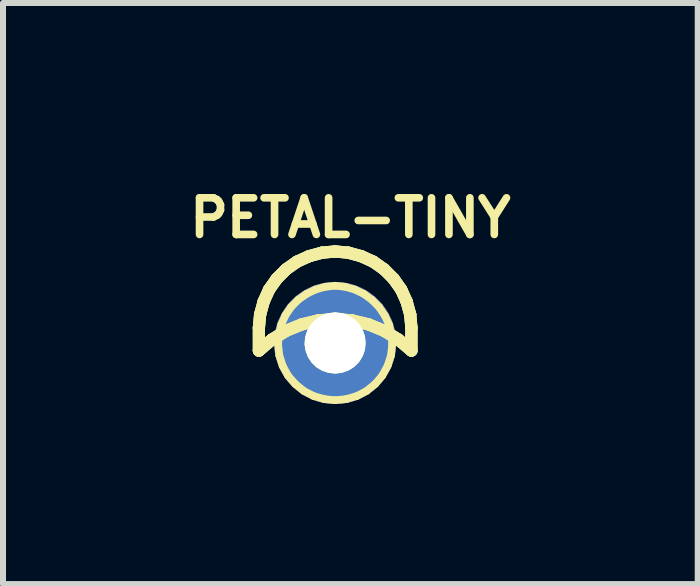
<source format=kicad_pcb>
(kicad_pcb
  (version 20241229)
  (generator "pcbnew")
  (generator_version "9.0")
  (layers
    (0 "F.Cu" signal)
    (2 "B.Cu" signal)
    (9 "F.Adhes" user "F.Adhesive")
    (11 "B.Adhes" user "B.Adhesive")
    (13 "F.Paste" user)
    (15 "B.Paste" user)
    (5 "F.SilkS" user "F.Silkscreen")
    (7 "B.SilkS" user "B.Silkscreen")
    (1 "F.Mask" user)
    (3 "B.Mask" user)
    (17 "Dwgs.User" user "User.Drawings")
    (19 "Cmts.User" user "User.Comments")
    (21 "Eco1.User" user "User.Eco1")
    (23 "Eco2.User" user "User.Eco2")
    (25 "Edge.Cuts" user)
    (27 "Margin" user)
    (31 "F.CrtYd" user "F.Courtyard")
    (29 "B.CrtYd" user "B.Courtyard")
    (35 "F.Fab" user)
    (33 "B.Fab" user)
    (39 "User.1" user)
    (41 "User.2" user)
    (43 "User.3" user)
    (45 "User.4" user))
  (footprint "PETAL-TINY"
    (layer "F.Cu")
    (at 2.532 2.662)
    (property "Reference" "PETAL-TINY" (at 0.254 -2.083 0) (layer "F.SilkS") (effects (font (size 0.61 0.61) (thickness 0.127))))
    (attr exclude_from_pos_files exclude_from_bom)
    (fp_line (start -1.27 -0.254) (end -1.25 -0.472) (stroke (width 0.203) (type solid)) (layer "B.Cu"))
    (fp_line (start -1.27 0.127) (end -1.27 -0.254) (stroke (width 0.203) (type solid)) (layer "B.Cu"))
    (fp_line (start -1.25 -0.472) (end -1.191 -0.688) (stroke (width 0.203) (type solid)) (layer "B.Cu"))
    (fp_line (start -1.191 -0.688) (end -1.1 -0.889) (stroke (width 0.203) (type solid)) (layer "B.Cu"))
    (fp_line (start -1.1 -0.889) (end -0.973 -1.069) (stroke (width 0.203) (type solid)) (layer "B.Cu"))
    (fp_line (start -1.054 -0.056) (end -1.27 0.127) (stroke (width 0.203) (type solid)) (layer "B.Cu"))
    (fp_line (start -0.973 -1.069) (end -0.815 -1.227) (stroke (width 0.203) (type solid)) (layer "B.Cu"))
    (fp_line (start -0.815 -1.227) (end -0.635 -1.354) (stroke (width 0.203) (type solid)) (layer "B.Cu"))
    (fp_line (start -0.815 -0.203) (end -1.054 -0.056) (stroke (width 0.203) (type solid)) (layer "B.Cu"))
    (fp_line (start -0.635 -1.354) (end -0.434 -1.445) (stroke (width 0.203) (type solid)) (layer "B.Cu"))
    (fp_line (start -0.554 -0.31) (end -0.815 -0.203) (stroke (width 0.203) (type solid)) (layer "B.Cu"))
    (fp_line (start -0.434 -1.445) (end -0.218 -1.504) (stroke (width 0.203) (type solid)) (layer "B.Cu"))
    (fp_line (start -0.279 -0.376) (end -0.554 -0.31) (stroke (width 0.203) (type solid)) (layer "B.Cu"))
    (fp_line (start -0.218 -1.504) (end 0 -1.524) (stroke (width 0.203) (type solid)) (layer "B.Cu"))
    (fp_line (start 0 -1.524) (end 0.218 -1.504) (stroke (width 0.203) (type solid)) (layer "B.Cu"))
    (fp_line (start 0 -0.399) (end -0.279 -0.376) (stroke (width 0.203) (type solid)) (layer "B.Cu"))
    (fp_line (start 0.218 -1.504) (end 0.434 -1.445) (stroke (width 0.203) (type solid)) (layer "B.Cu"))
    (fp_line (start 0.279 -0.376) (end 0 -0.399) (stroke (width 0.203) (type solid)) (layer "B.Cu"))
    (fp_line (start 0.434 -1.445) (end 0.635 -1.354) (stroke (width 0.203) (type solid)) (layer "B.Cu"))
    (fp_line (start 0.554 -0.31) (end 0.279 -0.376) (stroke (width 0.203) (type solid)) (layer "B.Cu"))
    (fp_line (start 0.635 -1.354) (end 0.815 -1.227) (stroke (width 0.203) (type solid)) (layer "B.Cu"))
    (fp_line (start 0.815 -1.227) (end 0.973 -1.069) (stroke (width 0.203) (type solid)) (layer "B.Cu"))
    (fp_line (start 0.815 -0.203) (end 0.554 -0.31) (stroke (width 0.203) (type solid)) (layer "B.Cu"))
    (fp_line (start 0.973 -1.069) (end 1.1 -0.889) (stroke (width 0.203) (type solid)) (layer "B.Cu"))
    (fp_line (start 1.054 -0.056) (end 0.815 -0.203) (stroke (width 0.203) (type solid)) (layer "B.Cu"))
    (fp_line (start 1.1 -0.889) (end 1.191 -0.688) (stroke (width 0.203) (type solid)) (layer "B.Cu"))
    (fp_line (start 1.191 -0.688) (end 1.25 -0.472) (stroke (width 0.203) (type solid)) (layer "B.Cu"))
    (fp_line (start 1.25 -0.472) (end 1.27 -0.254) (stroke (width 0.203) (type solid)) (layer "B.Cu"))
    (fp_line (start 1.27 -0.254) (end 1.27 0.127) (stroke (width 0.203) (type solid)) (layer "B.Cu"))
    (fp_line (start 1.27 0.127) (end 1.054 -0.056) (stroke (width 0.203) (type solid)) (layer "B.Cu"))
    (fp_line (start -1.27 -0.254) (end -1.27 0.127) (stroke (width 0.203) (type solid)) (layer "F.SilkS"))
    (fp_line (start -1.27 -0.254) (end -1.25 -0.472) (stroke (width 0.203) (type solid)) (layer "F.SilkS"))
    (fp_line (start -1.27 0.127) (end -1.27 -0.254) (stroke (width 0.203) (type solid)) (layer "F.SilkS"))
    (fp_line (start -1.27 0.127) (end -1.054 -0.056) (stroke (width 0.203) (type solid)) (layer "F.SilkS"))
    (fp_line (start -1.25 -0.472) (end -1.27 -0.254) (stroke (width 0.203) (type solid)) (layer "F.SilkS"))
    (fp_line (start -1.25 -0.472) (end -1.191 -0.688) (stroke (width 0.203) (type solid)) (layer "F.SilkS"))
    (fp_line (start -1.191 -0.688) (end -1.25 -0.472) (stroke (width 0.203) (type solid)) (layer "F.SilkS"))
    (fp_line (start -1.191 -0.688) (end -1.1 -0.889) (stroke (width 0.203) (type solid)) (layer "F.SilkS"))
    (fp_line (start -1.1 -0.889) (end -1.191 -0.688) (stroke (width 0.203) (type solid)) (layer "F.SilkS"))
    (fp_line (start -1.1 -0.889) (end -0.973 -1.069) (stroke (width 0.203) (type solid)) (layer "F.SilkS"))
    (fp_line (start -1.054 -0.056) (end -1.27 0.127) (stroke (width 0.203) (type solid)) (layer "F.SilkS"))
    (fp_line (start -1.054 -0.056) (end -0.815 -0.203) (stroke (width 0.203) (type solid)) (layer "F.SilkS"))
    (fp_line (start -0.973 -1.069) (end -1.1 -0.889) (stroke (width 0.203) (type solid)) (layer "F.SilkS"))
    (fp_line (start -0.973 -1.069) (end -0.815 -1.227) (stroke (width 0.203) (type solid)) (layer "F.SilkS"))
    (fp_line (start -0.95 0.02) (end -0.937 -0.142) (stroke (width 0.127) (type solid)) (layer "F.SilkS"))
    (fp_line (start -0.937 -0.142) (end -0.897 -0.307) (stroke (width 0.127) (type solid)) (layer "F.SilkS"))
    (fp_line (start -0.93 0.206) (end -0.95 0.02) (stroke (width 0.127) (type solid)) (layer "F.SilkS"))
    (fp_line (start -0.897 -0.307) (end -0.828 -0.46) (stroke (width 0.127) (type solid)) (layer "F.SilkS"))
    (fp_line (start -0.874 0.381) (end -0.93 0.206) (stroke (width 0.127) (type solid)) (layer "F.SilkS"))
    (fp_line (start -0.828 -0.46) (end -0.734 -0.599) (stroke (width 0.127) (type solid)) (layer "F.SilkS"))
    (fp_line (start -0.815 -1.227) (end -0.973 -1.069) (stroke (width 0.203) (type solid)) (layer "F.SilkS"))
    (fp_line (start -0.815 -1.227) (end -0.635 -1.354) (stroke (width 0.203) (type solid)) (layer "F.SilkS"))
    (fp_line (start -0.815 -0.203) (end -1.054 -0.056) (stroke (width 0.203) (type solid)) (layer "F.SilkS"))
    (fp_line (start -0.815 -0.203) (end -0.554 -0.31) (stroke (width 0.203) (type solid)) (layer "F.SilkS"))
    (fp_line (start -0.785 0.544) (end -0.874 0.381) (stroke (width 0.127) (type solid)) (layer "F.SilkS"))
    (fp_line (start -0.734 -0.599) (end -0.615 -0.719) (stroke (width 0.127) (type solid)) (layer "F.SilkS"))
    (fp_line (start -0.665 0.683) (end -0.785 0.544) (stroke (width 0.127) (type solid)) (layer "F.SilkS"))
    (fp_line (start -0.635 -1.354) (end -0.815 -1.227) (stroke (width 0.203) (type solid)) (layer "F.SilkS"))
    (fp_line (start -0.635 -1.354) (end -0.434 -1.445) (stroke (width 0.203) (type solid)) (layer "F.SilkS"))
    (fp_line (start -0.615 -0.719) (end -0.48 -0.815) (stroke (width 0.127) (type solid)) (layer "F.SilkS"))
    (fp_line (start -0.554 -0.31) (end -0.815 -0.203) (stroke (width 0.203) (type solid)) (layer "F.SilkS"))
    (fp_line (start -0.554 -0.31) (end -0.279 -0.376) (stroke (width 0.203) (type solid)) (layer "F.SilkS"))
    (fp_line (start -0.521 0.8) (end -0.665 0.683) (stroke (width 0.127) (type solid)) (layer "F.SilkS"))
    (fp_line (start -0.48 -0.815) (end -0.328 -0.889) (stroke (width 0.127) (type solid)) (layer "F.SilkS"))
    (fp_line (start -0.445 0.018) (end -0.434 -0.081) (stroke (width 0.127) (type solid)) (layer "F.SilkS"))
    (fp_line (start -0.434 -1.445) (end -0.635 -1.354) (stroke (width 0.203) (type solid)) (layer "F.SilkS"))
    (fp_line (start -0.434 -1.445) (end -0.218 -1.504) (stroke (width 0.203) (type solid)) (layer "F.SilkS"))
    (fp_line (start -0.434 -0.081) (end -0.404 -0.178) (stroke (width 0.127) (type solid)) (layer "F.SilkS"))
    (fp_line (start -0.429 0.114) (end -0.445 0.018) (stroke (width 0.127) (type solid)) (layer "F.SilkS"))
    (fp_line (start -0.404 -0.178) (end -0.351 -0.264) (stroke (width 0.127) (type solid)) (layer "F.SilkS"))
    (fp_line (start -0.396 0.206) (end -0.429 0.114) (stroke (width 0.127) (type solid)) (layer "F.SilkS"))
    (fp_line (start -0.358 0.884) (end -0.521 0.8) (stroke (width 0.127) (type solid)) (layer "F.SilkS"))
    (fp_line (start -0.351 -0.264) (end -0.279 -0.34) (stroke (width 0.127) (type solid)) (layer "F.SilkS"))
    (fp_line (start -0.343 0.287) (end -0.396 0.206) (stroke (width 0.127) (type solid)) (layer "F.SilkS"))
    (fp_line (start -0.328 -0.889) (end -0.165 -0.935) (stroke (width 0.127) (type solid)) (layer "F.SilkS"))
    (fp_line (start -0.279 -0.376) (end -0.554 -0.31) (stroke (width 0.203) (type solid)) (layer "F.SilkS"))
    (fp_line (start -0.279 -0.376) (end 0 -0.399) (stroke (width 0.203) (type solid)) (layer "F.SilkS"))
    (fp_line (start -0.279 -0.34) (end -0.196 -0.396) (stroke (width 0.127) (type solid)) (layer "F.SilkS"))
    (fp_line (start -0.272 0.356) (end -0.343 0.287) (stroke (width 0.127) (type solid)) (layer "F.SilkS"))
    (fp_line (start -0.218 -1.504) (end -0.434 -1.445) (stroke (width 0.203) (type solid)) (layer "F.SilkS"))
    (fp_line (start -0.218 -1.504) (end 0 -1.524) (stroke (width 0.203) (type solid)) (layer "F.SilkS"))
    (fp_line (start -0.196 -0.396) (end -0.099 -0.432) (stroke (width 0.127) (type solid)) (layer "F.SilkS"))
    (fp_line (start -0.188 0.404) (end -0.272 0.356) (stroke (width 0.127) (type solid)) (layer "F.SilkS"))
    (fp_line (start -0.18 0.935) (end -0.358 0.884) (stroke (width 0.127) (type solid)) (layer "F.SilkS"))
    (fp_line (start -0.165 -0.935) (end 0 -0.953) (stroke (width 0.127) (type solid)) (layer "F.SilkS"))
    (fp_line (start -0.099 -0.432) (end 0 -0.445) (stroke (width 0.127) (type solid)) (layer "F.SilkS"))
    (fp_line (start -0.097 0.434) (end -0.188 0.404) (stroke (width 0.127) (type solid)) (layer "F.SilkS"))
    (fp_line (start 0 -1.524) (end -0.218 -1.504) (stroke (width 0.203) (type solid)) (layer "F.SilkS"))
    (fp_line (start 0 -1.524) (end 0.218 -1.504) (stroke (width 0.203) (type solid)) (layer "F.SilkS"))
    (fp_line (start 0 -0.953) (end 0.165 -0.935) (stroke (width 0.127) (type solid)) (layer "F.SilkS"))
    (fp_line (start 0 -0.445) (end 0.099 -0.432) (stroke (width 0.127) (type solid)) (layer "F.SilkS"))
    (fp_line (start 0 -0.399) (end -0.279 -0.376) (stroke (width 0.203) (type solid)) (layer "F.SilkS"))
    (fp_line (start 0 -0.399) (end 0.279 -0.376) (stroke (width 0.203) (type solid)) (layer "F.SilkS"))
    (fp_line (start 0 0.445) (end -0.097 0.434) (stroke (width 0.127) (type solid)) (layer "F.SilkS"))
    (fp_line (start 0 0.953) (end -0.18 0.935) (stroke (width 0.127) (type solid)) (layer "F.SilkS"))
    (fp_line (start 0.097 0.434) (end 0 0.445) (stroke (width 0.127) (type solid)) (layer "F.SilkS"))
    (fp_line (start 0.099 -0.432) (end 0.193 -0.399) (stroke (width 0.127) (type solid)) (layer "F.SilkS"))
    (fp_line (start 0.165 -0.935) (end 0.328 -0.889) (stroke (width 0.127) (type solid)) (layer "F.SilkS"))
    (fp_line (start 0.185 0.935) (end 0 0.953) (stroke (width 0.127) (type solid)) (layer "F.SilkS"))
    (fp_line (start 0.188 0.401) (end 0.097 0.434) (stroke (width 0.127) (type solid)) (layer "F.SilkS"))
    (fp_line (start 0.193 -0.399) (end 0.277 -0.343) (stroke (width 0.127) (type solid)) (layer "F.SilkS"))
    (fp_line (start 0.218 -1.504) (end 0 -1.524) (stroke (width 0.203) (type solid)) (layer "F.SilkS"))
    (fp_line (start 0.218 -1.504) (end 0.434 -1.445) (stroke (width 0.203) (type solid)) (layer "F.SilkS"))
    (fp_line (start 0.272 0.351) (end 0.188 0.401) (stroke (width 0.127) (type solid)) (layer "F.SilkS"))
    (fp_line (start 0.277 -0.343) (end 0.348 -0.272) (stroke (width 0.127) (type solid)) (layer "F.SilkS"))
    (fp_line (start 0.279 -0.376) (end 0 -0.399) (stroke (width 0.203) (type solid)) (layer "F.SilkS"))
    (fp_line (start 0.279 -0.376) (end 0.554 -0.31) (stroke (width 0.203) (type solid)) (layer "F.SilkS"))
    (fp_line (start 0.328 -0.889) (end 0.48 -0.815) (stroke (width 0.127) (type solid)) (layer "F.SilkS"))
    (fp_line (start 0.343 0.282) (end 0.272 0.351) (stroke (width 0.127) (type solid)) (layer "F.SilkS"))
    (fp_line (start 0.348 -0.272) (end 0.399 -0.185) (stroke (width 0.127) (type solid)) (layer "F.SilkS"))
    (fp_line (start 0.361 0.884) (end 0.185 0.935) (stroke (width 0.127) (type solid)) (layer "F.SilkS"))
    (fp_line (start 0.396 0.198) (end 0.343 0.282) (stroke (width 0.127) (type solid)) (layer "F.SilkS"))
    (fp_line (start 0.399 -0.185) (end 0.432 -0.089) (stroke (width 0.127) (type solid)) (layer "F.SilkS"))
    (fp_line (start 0.429 0.107) (end 0.396 0.198) (stroke (width 0.127) (type solid)) (layer "F.SilkS"))
    (fp_line (start 0.432 -0.089) (end 0.439 0.008) (stroke (width 0.127) (type solid)) (layer "F.SilkS"))
    (fp_line (start 0.434 -1.445) (end 0.218 -1.504) (stroke (width 0.203) (type solid)) (layer "F.SilkS"))
    (fp_line (start 0.434 -1.445) (end 0.635 -1.354) (stroke (width 0.203) (type solid)) (layer "F.SilkS"))
    (fp_line (start 0.439 0.008) (end 0.429 0.107) (stroke (width 0.127) (type solid)) (layer "F.SilkS"))
    (fp_line (start 0.48 -0.815) (end 0.615 -0.716) (stroke (width 0.127) (type solid)) (layer "F.SilkS"))
    (fp_line (start 0.523 0.8) (end 0.361 0.884) (stroke (width 0.127) (type solid)) (layer "F.SilkS"))
    (fp_line (start 0.554 -0.31) (end 0.279 -0.376) (stroke (width 0.203) (type solid)) (layer "F.SilkS"))
    (fp_line (start 0.554 -0.31) (end 0.815 -0.203) (stroke (width 0.203) (type solid)) (layer "F.SilkS"))
    (fp_line (start 0.615 -0.716) (end 0.732 -0.597) (stroke (width 0.127) (type solid)) (layer "F.SilkS"))
    (fp_line (start 0.635 -1.354) (end 0.434 -1.445) (stroke (width 0.203) (type solid)) (layer "F.SilkS"))
    (fp_line (start 0.635 -1.354) (end 0.815 -1.227) (stroke (width 0.203) (type solid)) (layer "F.SilkS"))
    (fp_line (start 0.668 0.683) (end 0.523 0.8) (stroke (width 0.127) (type solid)) (layer "F.SilkS"))
    (fp_line (start 0.732 -0.597) (end 0.826 -0.457) (stroke (width 0.127) (type solid)) (layer "F.SilkS"))
    (fp_line (start 0.785 0.544) (end 0.668 0.683) (stroke (width 0.127) (type solid)) (layer "F.SilkS"))
    (fp_line (start 0.815 -1.227) (end 0.635 -1.354) (stroke (width 0.203) (type solid)) (layer "F.SilkS"))
    (fp_line (start 0.815 -1.227) (end 0.973 -1.069) (stroke (width 0.203) (type solid)) (layer "F.SilkS"))
    (fp_line (start 0.815 -0.203) (end 0.554 -0.31) (stroke (width 0.203) (type solid)) (layer "F.SilkS"))
    (fp_line (start 0.815 -0.203) (end 1.054 -0.056) (stroke (width 0.203) (type solid)) (layer "F.SilkS"))
    (fp_line (start 0.826 -0.457) (end 0.897 -0.305) (stroke (width 0.127) (type solid)) (layer "F.SilkS"))
    (fp_line (start 0.874 0.381) (end 0.785 0.544) (stroke (width 0.127) (type solid)) (layer "F.SilkS"))
    (fp_line (start 0.897 -0.305) (end 0.937 -0.14) (stroke (width 0.127) (type solid)) (layer "F.SilkS"))
    (fp_line (start 0.93 0.206) (end 0.874 0.381) (stroke (width 0.127) (type solid)) (layer "F.SilkS"))
    (fp_line (start 0.937 -0.14) (end 0.95 0.025) (stroke (width 0.127) (type solid)) (layer "F.SilkS"))
    (fp_line (start 0.95 0.025) (end 0.93 0.206) (stroke (width 0.127) (type solid)) (layer "F.SilkS"))
    (fp_line (start 0.973 -1.069) (end 0.815 -1.227) (stroke (width 0.203) (type solid)) (layer "F.SilkS"))
    (fp_line (start 0.973 -1.069) (end 1.1 -0.889) (stroke (width 0.203) (type solid)) (layer "F.SilkS"))
    (fp_line (start 1.054 -0.056) (end 0.815 -0.203) (stroke (width 0.203) (type solid)) (layer "F.SilkS"))
    (fp_line (start 1.054 -0.056) (end 1.27 0.127) (stroke (width 0.203) (type solid)) (layer "F.SilkS"))
    (fp_line (start 1.1 -0.889) (end 0.973 -1.069) (stroke (width 0.203) (type solid)) (layer "F.SilkS"))
    (fp_line (start 1.1 -0.889) (end 1.191 -0.688) (stroke (width 0.203) (type solid)) (layer "F.SilkS"))
    (fp_line (start 1.191 -0.688) (end 1.1 -0.889) (stroke (width 0.203) (type solid)) (layer "F.SilkS"))
    (fp_line (start 1.191 -0.688) (end 1.25 -0.472) (stroke (width 0.203) (type solid)) (layer "F.SilkS"))
    (fp_line (start 1.25 -0.472) (end 1.191 -0.688) (stroke (width 0.203) (type solid)) (layer "F.SilkS"))
    (fp_line (start 1.25 -0.472) (end 1.27 -0.254) (stroke (width 0.203) (type solid)) (layer "F.SilkS"))
    (fp_line (start 1.27 -0.254) (end 1.25 -0.472) (stroke (width 0.203) (type solid)) (layer "F.SilkS"))
    (fp_line (start 1.27 -0.254) (end 1.27 0.127) (stroke (width 0.203) (type solid)) (layer "F.SilkS"))
    (fp_line (start 1.27 0.127) (end 1.054 -0.056) (stroke (width 0.203) (type solid)) (layer "F.SilkS"))
    (fp_line (start 1.27 0.127) (end 1.27 -0.254) (stroke (width 0.203) (type solid)) (layer "F.SilkS"))
    (fp_line (start -1.27 -0.254) (end -1.25 -0.472) (stroke (width 0.203) (type solid)) (layer "B.Adhes"))
    (fp_line (start -1.27 0.127) (end -1.27 -0.254) (stroke (width 0.203) (type solid)) (layer "B.Adhes"))
    (fp_line (start -1.25 -0.472) (end -1.191 -0.688) (stroke (width 0.203) (type solid)) (layer "B.Adhes"))
    (fp_line (start -1.191 -0.688) (end -1.1 -0.889) (stroke (width 0.203) (type solid)) (layer "B.Adhes"))
    (fp_line (start -1.1 -0.889) (end -0.973 -1.069) (stroke (width 0.203) (type solid)) (layer "B.Adhes"))
    (fp_line (start -1.054 -0.056) (end -1.27 0.127) (stroke (width 0.203) (type solid)) (layer "B.Adhes"))
    (fp_line (start -0.973 -1.069) (end -0.815 -1.227) (stroke (width 0.203) (type solid)) (layer "B.Adhes"))
    (fp_line (start -0.815 -1.227) (end -0.635 -1.354) (stroke (width 0.203) (type solid)) (layer "B.Adhes"))
    (fp_line (start -0.815 -0.203) (end -1.054 -0.056) (stroke (width 0.203) (type solid)) (layer "B.Adhes"))
    (fp_line (start -0.635 -1.354) (end -0.434 -1.445) (stroke (width 0.203) (type solid)) (layer "B.Adhes"))
    (fp_line (start -0.554 -0.31) (end -0.815 -0.203) (stroke (width 0.203) (type solid)) (layer "B.Adhes"))
    (fp_line (start -0.434 -1.445) (end -0.218 -1.504) (stroke (width 0.203) (type solid)) (layer "B.Adhes"))
    (fp_line (start -0.279 -0.376) (end -0.554 -0.31) (stroke (width 0.203) (type solid)) (layer "B.Adhes"))
    (fp_line (start -0.218 -1.504) (end 0 -1.524) (stroke (width 0.203) (type solid)) (layer "B.Adhes"))
    (fp_line (start 0 -1.524) (end 0.218 -1.504) (stroke (width 0.203) (type solid)) (layer "B.Adhes"))
    (fp_line (start 0 -0.399) (end -0.279 -0.376) (stroke (width 0.203) (type solid)) (layer "B.Adhes"))
    (fp_line (start 0.218 -1.504) (end 0.434 -1.445) (stroke (width 0.203) (type solid)) (layer "B.Adhes"))
    (fp_line (start 0.279 -0.376) (end 0 -0.399) (stroke (width 0.203) (type solid)) (layer "B.Adhes"))
    (fp_line (start 0.434 -1.445) (end 0.635 -1.354) (stroke (width 0.203) (type solid)) (layer "B.Adhes"))
    (fp_line (start 0.554 -0.31) (end 0.279 -0.376) (stroke (width 0.203) (type solid)) (layer "B.Adhes"))
    (fp_line (start 0.635 -1.354) (end 0.815 -1.227) (stroke (width 0.203) (type solid)) (layer "B.Adhes"))
    (fp_line (start 0.815 -1.227) (end 0.973 -1.069) (stroke (width 0.203) (type solid)) (layer "B.Adhes"))
    (fp_line (start 0.815 -0.203) (end 0.554 -0.31) (stroke (width 0.203) (type solid)) (layer "B.Adhes"))
    (fp_line (start 0.973 -1.069) (end 1.1 -0.889) (stroke (width 0.203) (type solid)) (layer "B.Adhes"))
    (fp_line (start 1.054 -0.056) (end 0.815 -0.203) (stroke (width 0.203) (type solid)) (layer "B.Adhes"))
    (fp_line (start 1.1 -0.889) (end 1.191 -0.688) (stroke (width 0.203) (type solid)) (layer "B.Adhes"))
    (fp_line (start 1.191 -0.688) (end 1.25 -0.472) (stroke (width 0.203) (type solid)) (layer "B.Adhes"))
    (fp_line (start 1.25 -0.472) (end 1.27 -0.254) (stroke (width 0.203) (type solid)) (layer "B.Adhes"))
    (fp_line (start 1.27 -0.254) (end 1.27 0.127) (stroke (width 0.203) (type solid)) (layer "B.Adhes"))
    (fp_line (start 1.27 0.127) (end 1.054 -0.056) (stroke (width 0.203) (type solid)) (layer "B.Adhes"))
    (pad "1" thru_hole circle (at 0 0) (size 2.032 2.032) (drill 1.016) (layers "*.Cu" "*.Paste" "*.Mask")))
  (gr_rect
    (start -3 -3)
    (end 8.571 6.678)
    (stroke (width 0.1) (type default))
    (fill no)
    (layer "Edge.Cuts")))
</source>
